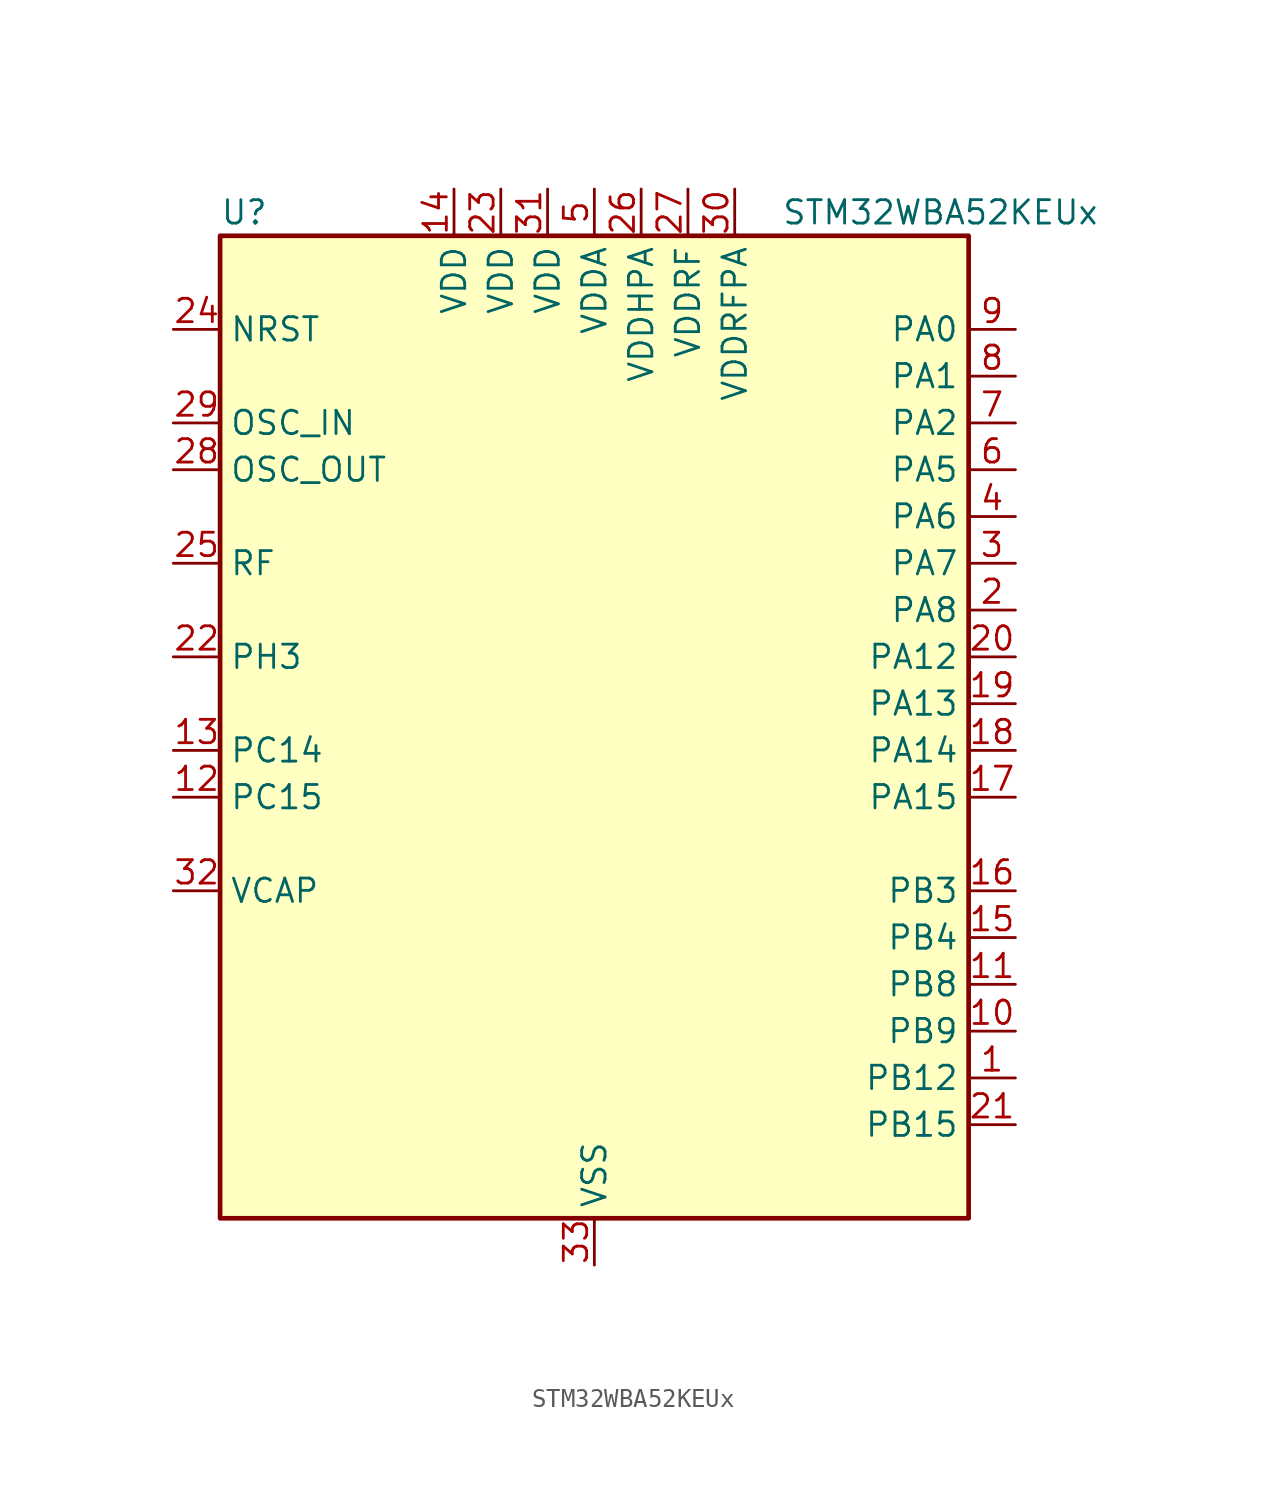
<source format=kicad_sym>
(kicad_symbol_lib
  (version 20241209)
  (generator "kicad_symbol_editor")
  (generator_version "9.0")
  (symbol "STM32WBA52KEUx"
    (property "Reference" "U"
      (at -20.32 29.21 0)
      (effects (font (size 1.27 1.27)) (justify left)))
    (property "Value" "STM32WBA52KEUx"
      (at 10.16 29.21 0)
      (effects (font (size 1.27 1.27)) (justify left)))
    (symbol "STM32WBA52KEUx_0_1"
      (rectangle (start -20.32 -25.4) (end 20.32 27.94) (stroke (width 0.254) (type default)) (fill (type background))))
    (symbol "STM32WBA52KEUx_1_1"
      (pin input line (at -22.86 22.86 0) (length 2.54) (name "NRST" (effects (font (size 1.27 1.27)))) (number "24" (effects (font (size 1.27 1.27)))))
      (pin input line (at -22.86 17.78 0) (length 2.54) (name "OSC_IN" (effects (font (size 1.27 1.27)))) (number "29" (effects (font (size 1.27 1.27)))) (alternate "RCC_OSC_IN" bidirectional line))
      (pin input line (at -22.86 15.24 0) (length 2.54) (name "OSC_OUT" (effects (font (size 1.27 1.27)))) (number "28" (effects (font (size 1.27 1.27)))) (alternate "RCC_OSC_OUT" bidirectional line))
      (pin bidirectional line (at -22.86 10.16 0) (length 2.54) (name "RF" (effects (font (size 1.27 1.27)))) (number "25" (effects (font (size 1.27 1.27)))))
      (pin bidirectional line (at -22.86 5.08 0) (length 2.54) (name "PH3" (effects (font (size 1.27 1.27)))) (number "22" (effects (font (size 1.27 1.27)))) (alternate "TAMP_IN2" bidirectional line) (alternate "TAMP_OUT1" bidirectional line))
      (pin bidirectional line (at -22.86 0 0) (length 2.54) (name "PC14" (effects (font (size 1.27 1.27)))) (number "13" (effects (font (size 1.27 1.27)))) (alternate "RCC_OSC32_IN" bidirectional line))
      (pin bidirectional line (at -22.86 -2.54 0) (length 2.54) (name "PC15" (effects (font (size 1.27 1.27)))) (number "12" (effects (font (size 1.27 1.27)))) (alternate "ADC4_EXTI15" bidirectional line) (alternate "RCC_OSC32_OUT" bidirectional line))
      (pin power_out line (at -22.86 -7.62 0) (length 2.54) (name "VCAP" (effects (font (size 1.27 1.27)))) (number "32" (effects (font (size 1.27 1.27)))))
      (pin power_in line (at -7.62 30.48 270) (length 2.54) (name "VDD" (effects (font (size 1.27 1.27)))) (number "14" (effects (font (size 1.27 1.27)))))
      (pin power_in line (at -5.08 30.48 270) (length 2.54) (name "VDD" (effects (font (size 1.27 1.27)))) (number "23" (effects (font (size 1.27 1.27)))))
      (pin power_in line (at -2.54 30.48 270) (length 2.54) (name "VDD" (effects (font (size 1.27 1.27)))) (number "31" (effects (font (size 1.27 1.27)))))
      (pin power_in line (at 0 30.48 270) (length 2.54) (name "VDDA" (effects (font (size 1.27 1.27)))) (number "5" (effects (font (size 1.27 1.27)))))
      (pin power_in line (at 0 -27.94 90) (length 2.54) (name "VSS" (effects (font (size 1.27 1.27)))) (number "33" (effects (font (size 1.27 1.27)))))
      (pin power_in line (at 2.54 30.48 270) (length 2.54) (name "VDDHPA" (effects (font (size 1.27 1.27)))) (number "26" (effects (font (size 1.27 1.27)))))
      (pin power_in line (at 5.08 30.48 270) (length 2.54) (name "VDDRF" (effects (font (size 1.27 1.27)))) (number "27" (effects (font (size 1.27 1.27)))))
      (pin power_in line (at 7.62 30.48 270) (length 2.54) (name "VDDRFPA" (effects (font (size 1.27 1.27)))) (number "30" (effects (font (size 1.27 1.27)))))
      (pin bidirectional line (at 22.86 22.86 180) (length 2.54) (name "PA0" (effects (font (size 1.27 1.27)))) (number "9" (effects (font (size 1.27 1.27)))) (alternate "ADC4_IN9" bidirectional line) (alternate "LPTIM1_IN1" bidirectional line) (alternate "LPUART1_CTS" bidirectional line) (alternate "PWR_WKUP1" bidirectional line) (alternate "SPI3_SCK" bidirectional line) (alternate "TIM1_CH2N" bidirectional line) (alternate "TIM3_CH3" bidirectional line) (alternate "TIM3_ETR" bidirectional line) (alternate "TSC_G2_IO2" bidirectional line))
      (pin bidirectional line (at 22.86 20.32 180) (length 2.54) (name "PA1" (effects (font (size 1.27 1.27)))) (number "8" (effects (font (size 1.27 1.27)))) (alternate "ADC4_IN8" bidirectional line) (alternate "LPTIM2_CH2" bidirectional line) (alternate "LPUART1_RX" bidirectional line) (alternate "PWR_WKUP3" bidirectional line) (alternate "SPI1_RDY" bidirectional line) (alternate "TIM17_CH1" bidirectional line) (alternate "TIM1_CH1N" bidirectional line) (alternate "TIM3_CH2" bidirectional line) (alternate "TSC_G2_IO1" bidirectional line) (alternate "USART1_CK" bidirectional line))
      (pin bidirectional line (at 22.86 17.78 180) (length 2.54) (name "PA2" (effects (font (size 1.27 1.27)))) (number "7" (effects (font (size 1.27 1.27)))) (alternate "ADC4_IN7" bidirectional line) (alternate "LPUART1_TX" bidirectional line) (alternate "PWR_WKUP4" bidirectional line) (alternate "RCC_LSCO" bidirectional line) (alternate "TIM16_CH1" bidirectional line) (alternate "TIM1_BKIN" bidirectional line) (alternate "TIM3_CH1" bidirectional line) (alternate "TSC_G4_IO4" bidirectional line) (alternate "USART1_DE" bidirectional line) (alternate "USART1_RTS" bidirectional line))
      (pin bidirectional line (at 22.86 15.24 180) (length 2.54) (name "PA5" (effects (font (size 1.27 1.27)))) (number "6" (effects (font (size 1.27 1.27)))) (alternate "ADC4_IN4" bidirectional line) (alternate "LPTIM2_ETR" bidirectional line) (alternate "PWR_CSLEEP" bidirectional line) (alternate "PWR_WKUP6" bidirectional line) (alternate "SPI3_NSS" bidirectional line) (alternate "TIM2_CH1" bidirectional line) (alternate "TIM2_ETR" bidirectional line) (alternate "TSC_G1_IO4" bidirectional line) (alternate "USART1_CK" bidirectional line))
      (pin bidirectional line (at 22.86 12.7 180) (length 2.54) (name "PA6" (effects (font (size 1.27 1.27)))) (number "4" (effects (font (size 1.27 1.27)))) (alternate "ADC4_IN3" bidirectional line) (alternate "I2C3_SCL" bidirectional line) (alternate "PWR_CSTOP" bidirectional line) (alternate "PWR_WKUP7" bidirectional line) (alternate "SPI3_RDY" bidirectional line) (alternate "TIM2_CH4" bidirectional line) (alternate "TSC_G1_IO3" bidirectional line) (alternate "USART1_DE" bidirectional line) (alternate "USART1_RTS" bidirectional line))
      (pin bidirectional line (at 22.86 10.16 180) (length 2.54) (name "PA7" (effects (font (size 1.27 1.27)))) (number "3" (effects (font (size 1.27 1.27)))) (alternate "ADC4_IN2" bidirectional line) (alternate "I2C3_SDA" bidirectional line) (alternate "PWR_WKUP8" bidirectional line) (alternate "TAMP_IN1" bidirectional line) (alternate "TAMP_OUT2" bidirectional line) (alternate "TIM2_CH3" bidirectional line) (alternate "TSC_G1_IO2" bidirectional line) (alternate "USART1_CTS" bidirectional line))
      (pin bidirectional line (at 22.86 7.62 180) (length 2.54) (name "PA8" (effects (font (size 1.27 1.27)))) (number "2" (effects (font (size 1.27 1.27)))) (alternate "ADC4_IN1" bidirectional line) (alternate "LPTIM1_CH2" bidirectional line) (alternate "RCC_MCO" bidirectional line) (alternate "SPI3_RDY" bidirectional line) (alternate "TIM2_CH2" bidirectional line) (alternate "TSC_G1_IO1" bidirectional line) (alternate "USART1_RX" bidirectional line))
      (pin bidirectional line (at 22.86 5.08 180) (length 2.54) (name "PA12" (effects (font (size 1.27 1.27)))) (number "20" (effects (font (size 1.27 1.27)))) (alternate "PWR_WKUP6" bidirectional line) (alternate "RF_ANTSW0" bidirectional line) (alternate "SPI1_NSS" bidirectional line) (alternate "TIM1_CH2" bidirectional line) (alternate "TSC_G3_IO4" bidirectional line) (alternate "USART2_TX" bidirectional line))
      (pin bidirectional line (at 22.86 2.54 180) (length 2.54) (name "PA13" (effects (font (size 1.27 1.27)))) (number "19" (effects (font (size 1.27 1.27)))) (alternate "DEBUG_JTMS-SWDIO" bidirectional line) (alternate "IR_OUT" bidirectional line))
      (pin bidirectional line (at 22.86 0 180) (length 2.54) (name "PA14" (effects (font (size 1.27 1.27)))) (number "18" (effects (font (size 1.27 1.27)))) (alternate "DEBUG_JTCK-SWCLK" bidirectional line) (alternate "TAMP_IN3" bidirectional line) (alternate "TAMP_OUT6" bidirectional line) (alternate "USART2_TX" bidirectional line))
      (pin bidirectional line (at 22.86 -2.54 180) (length 2.54) (name "PA15" (effects (font (size 1.27 1.27)))) (number "17" (effects (font (size 1.27 1.27)))) (alternate "ADC4_EXTI15" bidirectional line) (alternate "DEBUG_JTDI" bidirectional line) (alternate "I2C1_SCL" bidirectional line) (alternate "LPTIM1_CH2" bidirectional line) (alternate "SPI1_MOSI" bidirectional line) (alternate "TIM17_BKIN" bidirectional line) (alternate "TIM1_ETR" bidirectional line) (alternate "TSC_G3_IO3" bidirectional line) (alternate "USART2_DE" bidirectional line) (alternate "USART2_RTS" bidirectional line))
      (pin bidirectional line (at 22.86 -7.62 180) (length 2.54) (name "PB3" (effects (font (size 1.27 1.27)))) (number "16" (effects (font (size 1.27 1.27)))) (alternate "DEBUG_JTDO-SWO" bidirectional line) (alternate "I2C1_SDA" bidirectional line) (alternate "LPTIM1_IN2" bidirectional line) (alternate "SPI1_MISO" bidirectional line) (alternate "TIM17_CH1N" bidirectional line) (alternate "TIM1_CH4" bidirectional line) (alternate "TSC_G3_IO2" bidirectional line) (alternate "USART2_CK" bidirectional line))
      (pin bidirectional line (at 22.86 -10.16 180) (length 2.54) (name "PB4" (effects (font (size 1.27 1.27)))) (number "15" (effects (font (size 1.27 1.27)))) (alternate "DEBUG_JTRST" bidirectional line) (alternate "LPTIM2_IN2" bidirectional line) (alternate "SPI1_SCK" bidirectional line) (alternate "TIM17_CH1" bidirectional line) (alternate "TIM1_CH3" bidirectional line) (alternate "TSC_G3_IO1" bidirectional line) (alternate "USART2_RX" bidirectional line))
      (pin bidirectional line (at 22.86 -12.7 180) (length 2.54) (name "PB8" (effects (font (size 1.27 1.27)))) (number "11" (effects (font (size 1.27 1.27)))) (alternate "LPTIM1_ETR" bidirectional line) (alternate "PWR_PVD_IN" bidirectional line) (alternate "SPI3_MOSI" bidirectional line) (alternate "TIM16_CH1N" bidirectional line) (alternate "TIM1_CH1" bidirectional line) (alternate "TIM3_ETR" bidirectional line) (alternate "TSC_G2_IO4" bidirectional line) (alternate "USART2_RX" bidirectional line))
      (pin bidirectional line (at 22.86 -15.24 180) (length 2.54) (name "PB9" (effects (font (size 1.27 1.27)))) (number "10" (effects (font (size 1.27 1.27)))) (alternate "ADC4_IN10" bidirectional line) (alternate "IR_OUT" bidirectional line) (alternate "LPTIM2_IN1" bidirectional line) (alternate "LPUART1_DE" bidirectional line) (alternate "LPUART1_RTS" bidirectional line) (alternate "PWR_WKUP8" bidirectional line) (alternate "SPI3_MISO" bidirectional line) (alternate "TIM16_CH1" bidirectional line) (alternate "TIM1_CH3N" bidirectional line) (alternate "TIM3_CH4" bidirectional line) (alternate "TSC_G2_IO3" bidirectional line))
      (pin bidirectional line (at 22.86 -17.78 180) (length 2.54) (name "PB12" (effects (font (size 1.27 1.27)))) (number "1" (effects (font (size 1.27 1.27)))) (alternate "SPI1_RDY" bidirectional line) (alternate "TIM2_CH1" bidirectional line) (alternate "TIM2_ETR" bidirectional line) (alternate "TIM3_ETR" bidirectional line) (alternate "TSC_SYNC" bidirectional line) (alternate "USART1_TX" bidirectional line))
      (pin bidirectional line (at 22.86 -20.32 180) (length 2.54) (name "PB15" (effects (font (size 1.27 1.27)))) (number "21" (effects (font (size 1.27 1.27)))) (alternate "ADC4_EXTI15" bidirectional line) (alternate "I2C1_SMBA" bidirectional line) (alternate "I2C3_SMBA" bidirectional line) (alternate "LPUART1_CTS" bidirectional line) (alternate "TIM16_BKIN" bidirectional line) (alternate "TIM1_BKIN2" bidirectional line) (alternate "USART2_CTS" bidirectional line)))))
</source>
